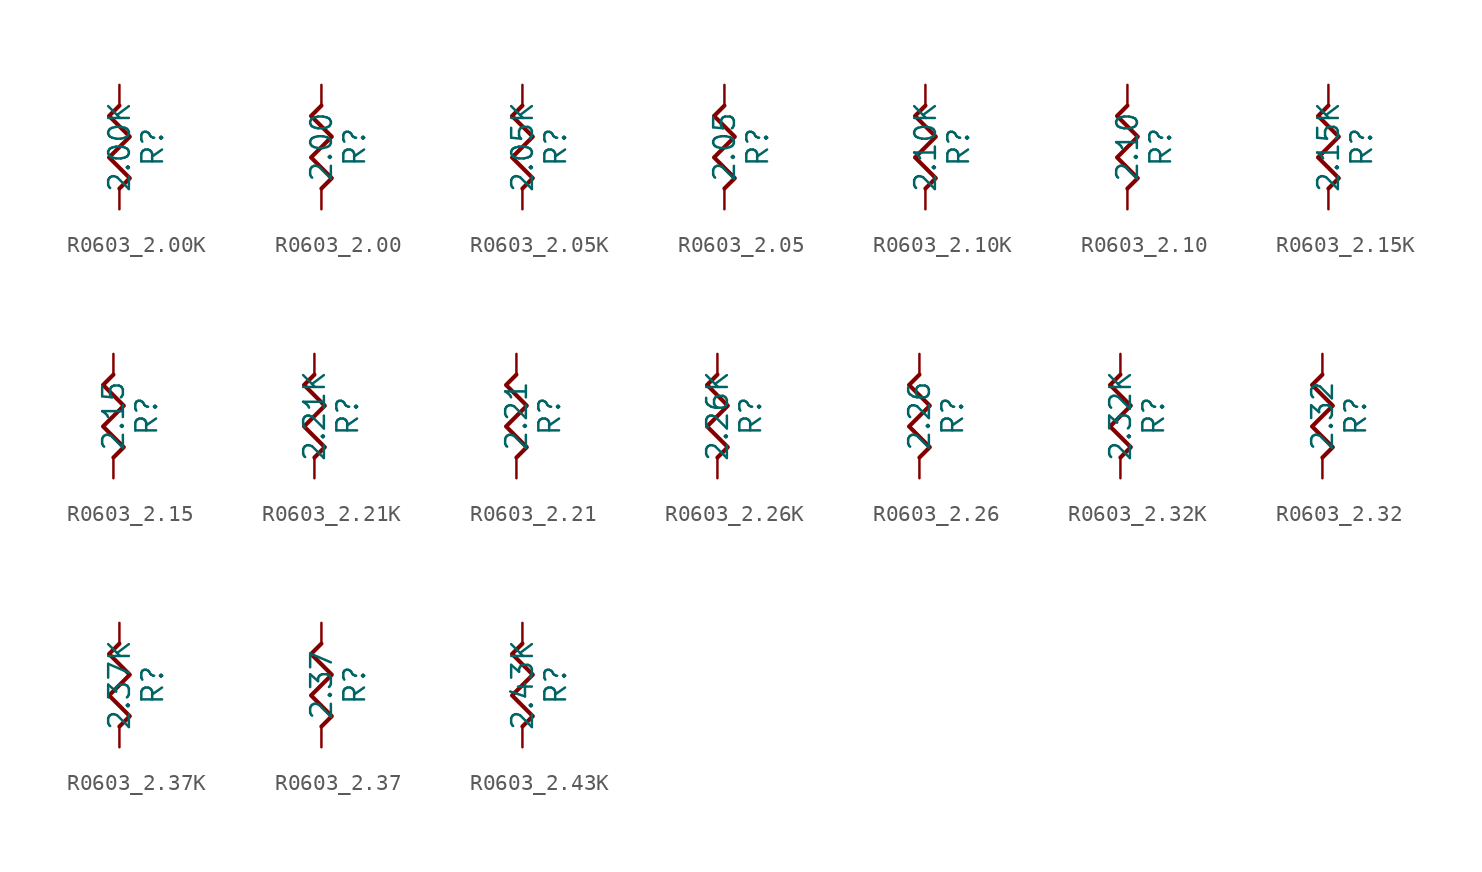
<source format=kicad_sym>
(kicad_symbol_lib
  (version 20211014)
  (generator atlantix-eda)
  (symbol "R0603_2.00K"
    (pin_numbers hide)
    (pin_names
      (offset 0))
    (property "Reference" "R"
      (at 2.032 0 90)
      (effects (font (size 1.27 1.27))))
    (property "Value" "2.00K"
      (at 0 0 90)
      (effects (font (size 1.27 1.27))))
    (symbol "R0603_2.00K_0_1"
      (polyline (pts (xy 0 -2.54) (xy 0.635 -1.905) (xy -0.635 -0.635) (xy 0.635 0.635) (xy -0.635 1.905) (xy 0 2.54)) (stroke (width 0.254) (type default) (color 0 0 0 0)) (fill (type none))))
    (symbol "R0603_2.00K_1_1"
      (pin passive line (at 0 3.81 270) (length 1.27) (name "~" (effects (font (size 1.27 1.27)))) (number "1" (effects (font (size 1.27 1.27)))))
      (pin passive line (at 0 -3.81 90) (length 1.27) (name "~" (effects (font (size 1.27 1.27)))) (number "2" (effects (font (size 1.27 1.27)))))))
  (symbol "R0603_2.00"
    (pin_numbers hide)
    (pin_names
      (offset 0))
    (property "Reference" "R"
      (at 2.032 0 90)
      (effects (font (size 1.27 1.27))))
    (property "Value" "2.00"
      (at 0 0 90)
      (effects (font (size 1.27 1.27))))
    (symbol "R0603_2.00_0_1"
      (polyline (pts (xy 0 -2.54) (xy 0.635 -1.905) (xy -0.635 -0.635) (xy 0.635 0.635) (xy -0.635 1.905) (xy 0 2.54)) (stroke (width 0.254) (type default) (color 0 0 0 0)) (fill (type none))))
    (symbol "R0603_2.00_1_1"
      (pin passive line (at 0 3.81 270) (length 1.27) (name "~" (effects (font (size 1.27 1.27)))) (number "1" (effects (font (size 1.27 1.27)))))
      (pin passive line (at 0 -3.81 90) (length 1.27) (name "~" (effects (font (size 1.27 1.27)))) (number "2" (effects (font (size 1.27 1.27)))))))
  (symbol "R0603_2.05K"
    (pin_numbers hide)
    (pin_names
      (offset 0))
    (property "Reference" "R"
      (at 2.032 0 90)
      (effects (font (size 1.27 1.27))))
    (property "Value" "2.05K"
      (at 0 0 90)
      (effects (font (size 1.27 1.27))))
    (symbol "R0603_2.05K_0_1"
      (polyline (pts (xy 0 -2.54) (xy 0.635 -1.905) (xy -0.635 -0.635) (xy 0.635 0.635) (xy -0.635 1.905) (xy 0 2.54)) (stroke (width 0.254) (type default) (color 0 0 0 0)) (fill (type none))))
    (symbol "R0603_2.05K_1_1"
      (pin passive line (at 0 3.81 270) (length 1.27) (name "~" (effects (font (size 1.27 1.27)))) (number "1" (effects (font (size 1.27 1.27)))))
      (pin passive line (at 0 -3.81 90) (length 1.27) (name "~" (effects (font (size 1.27 1.27)))) (number "2" (effects (font (size 1.27 1.27)))))))
  (symbol "R0603_2.05"
    (pin_numbers hide)
    (pin_names
      (offset 0))
    (property "Reference" "R"
      (at 2.032 0 90)
      (effects (font (size 1.27 1.27))))
    (property "Value" "2.05"
      (at 0 0 90)
      (effects (font (size 1.27 1.27))))
    (symbol "R0603_2.05_0_1"
      (polyline (pts (xy 0 -2.54) (xy 0.635 -1.905) (xy -0.635 -0.635) (xy 0.635 0.635) (xy -0.635 1.905) (xy 0 2.54)) (stroke (width 0.254) (type default) (color 0 0 0 0)) (fill (type none))))
    (symbol "R0603_2.05_1_1"
      (pin passive line (at 0 3.81 270) (length 1.27) (name "~" (effects (font (size 1.27 1.27)))) (number "1" (effects (font (size 1.27 1.27)))))
      (pin passive line (at 0 -3.81 90) (length 1.27) (name "~" (effects (font (size 1.27 1.27)))) (number "2" (effects (font (size 1.27 1.27)))))))
  (symbol "R0603_2.10K"
    (pin_numbers hide)
    (pin_names
      (offset 0))
    (property "Reference" "R"
      (at 2.032 0 90)
      (effects (font (size 1.27 1.27))))
    (property "Value" "2.10K"
      (at 0 0 90)
      (effects (font (size 1.27 1.27))))
    (symbol "R0603_2.10K_0_1"
      (polyline (pts (xy 0 -2.54) (xy 0.635 -1.905) (xy -0.635 -0.635) (xy 0.635 0.635) (xy -0.635 1.905) (xy 0 2.54)) (stroke (width 0.254) (type default) (color 0 0 0 0)) (fill (type none))))
    (symbol "R0603_2.10K_1_1"
      (pin passive line (at 0 3.81 270) (length 1.27) (name "~" (effects (font (size 1.27 1.27)))) (number "1" (effects (font (size 1.27 1.27)))))
      (pin passive line (at 0 -3.81 90) (length 1.27) (name "~" (effects (font (size 1.27 1.27)))) (number "2" (effects (font (size 1.27 1.27)))))))
  (symbol "R0603_2.10"
    (pin_numbers hide)
    (pin_names
      (offset 0))
    (property "Reference" "R"
      (at 2.032 0 90)
      (effects (font (size 1.27 1.27))))
    (property "Value" "2.10"
      (at 0 0 90)
      (effects (font (size 1.27 1.27))))
    (symbol "R0603_2.10_0_1"
      (polyline (pts (xy 0 -2.54) (xy 0.635 -1.905) (xy -0.635 -0.635) (xy 0.635 0.635) (xy -0.635 1.905) (xy 0 2.54)) (stroke (width 0.254) (type default) (color 0 0 0 0)) (fill (type none))))
    (symbol "R0603_2.10_1_1"
      (pin passive line (at 0 3.81 270) (length 1.27) (name "~" (effects (font (size 1.27 1.27)))) (number "1" (effects (font (size 1.27 1.27)))))
      (pin passive line (at 0 -3.81 90) (length 1.27) (name "~" (effects (font (size 1.27 1.27)))) (number "2" (effects (font (size 1.27 1.27)))))))
  (symbol "R0603_2.15K"
    (pin_numbers hide)
    (pin_names
      (offset 0))
    (property "Reference" "R"
      (at 2.032 0 90)
      (effects (font (size 1.27 1.27))))
    (property "Value" "2.15K"
      (at 0 0 90)
      (effects (font (size 1.27 1.27))))
    (symbol "R0603_2.15K_0_1"
      (polyline (pts (xy 0 -2.54) (xy 0.635 -1.905) (xy -0.635 -0.635) (xy 0.635 0.635) (xy -0.635 1.905) (xy 0 2.54)) (stroke (width 0.254) (type default) (color 0 0 0 0)) (fill (type none))))
    (symbol "R0603_2.15K_1_1"
      (pin passive line (at 0 3.81 270) (length 1.27) (name "~" (effects (font (size 1.27 1.27)))) (number "1" (effects (font (size 1.27 1.27)))))
      (pin passive line (at 0 -3.81 90) (length 1.27) (name "~" (effects (font (size 1.27 1.27)))) (number "2" (effects (font (size 1.27 1.27)))))))
  (symbol "R0603_2.15"
    (pin_numbers hide)
    (pin_names
      (offset 0))
    (property "Reference" "R"
      (at 2.032 0 90)
      (effects (font (size 1.27 1.27))))
    (property "Value" "2.15"
      (at 0 0 90)
      (effects (font (size 1.27 1.27))))
    (symbol "R0603_2.15_0_1"
      (polyline (pts (xy 0 -2.54) (xy 0.635 -1.905) (xy -0.635 -0.635) (xy 0.635 0.635) (xy -0.635 1.905) (xy 0 2.54)) (stroke (width 0.254) (type default) (color 0 0 0 0)) (fill (type none))))
    (symbol "R0603_2.15_1_1"
      (pin passive line (at 0 3.81 270) (length 1.27) (name "~" (effects (font (size 1.27 1.27)))) (number "1" (effects (font (size 1.27 1.27)))))
      (pin passive line (at 0 -3.81 90) (length 1.27) (name "~" (effects (font (size 1.27 1.27)))) (number "2" (effects (font (size 1.27 1.27)))))))
  (symbol "R0603_2.21K"
    (pin_numbers hide)
    (pin_names
      (offset 0))
    (property "Reference" "R"
      (at 2.032 0 90)
      (effects (font (size 1.27 1.27))))
    (property "Value" "2.21K"
      (at 0 0 90)
      (effects (font (size 1.27 1.27))))
    (symbol "R0603_2.21K_0_1"
      (polyline (pts (xy 0 -2.54) (xy 0.635 -1.905) (xy -0.635 -0.635) (xy 0.635 0.635) (xy -0.635 1.905) (xy 0 2.54)) (stroke (width 0.254) (type default) (color 0 0 0 0)) (fill (type none))))
    (symbol "R0603_2.21K_1_1"
      (pin passive line (at 0 3.81 270) (length 1.27) (name "~" (effects (font (size 1.27 1.27)))) (number "1" (effects (font (size 1.27 1.27)))))
      (pin passive line (at 0 -3.81 90) (length 1.27) (name "~" (effects (font (size 1.27 1.27)))) (number "2" (effects (font (size 1.27 1.27)))))))
  (symbol "R0603_2.21"
    (pin_numbers hide)
    (pin_names
      (offset 0))
    (property "Reference" "R"
      (at 2.032 0 90)
      (effects (font (size 1.27 1.27))))
    (property "Value" "2.21"
      (at 0 0 90)
      (effects (font (size 1.27 1.27))))
    (symbol "R0603_2.21_0_1"
      (polyline (pts (xy 0 -2.54) (xy 0.635 -1.905) (xy -0.635 -0.635) (xy 0.635 0.635) (xy -0.635 1.905) (xy 0 2.54)) (stroke (width 0.254) (type default) (color 0 0 0 0)) (fill (type none))))
    (symbol "R0603_2.21_1_1"
      (pin passive line (at 0 3.81 270) (length 1.27) (name "~" (effects (font (size 1.27 1.27)))) (number "1" (effects (font (size 1.27 1.27)))))
      (pin passive line (at 0 -3.81 90) (length 1.27) (name "~" (effects (font (size 1.27 1.27)))) (number "2" (effects (font (size 1.27 1.27)))))))
  (symbol "R0603_2.26K"
    (pin_numbers hide)
    (pin_names
      (offset 0))
    (property "Reference" "R"
      (at 2.032 0 90)
      (effects (font (size 1.27 1.27))))
    (property "Value" "2.26K"
      (at 0 0 90)
      (effects (font (size 1.27 1.27))))
    (symbol "R0603_2.26K_0_1"
      (polyline (pts (xy 0 -2.54) (xy 0.635 -1.905) (xy -0.635 -0.635) (xy 0.635 0.635) (xy -0.635 1.905) (xy 0 2.54)) (stroke (width 0.254) (type default) (color 0 0 0 0)) (fill (type none))))
    (symbol "R0603_2.26K_1_1"
      (pin passive line (at 0 3.81 270) (length 1.27) (name "~" (effects (font (size 1.27 1.27)))) (number "1" (effects (font (size 1.27 1.27)))))
      (pin passive line (at 0 -3.81 90) (length 1.27) (name "~" (effects (font (size 1.27 1.27)))) (number "2" (effects (font (size 1.27 1.27)))))))
  (symbol "R0603_2.26"
    (pin_numbers hide)
    (pin_names
      (offset 0))
    (property "Reference" "R"
      (at 2.032 0 90)
      (effects (font (size 1.27 1.27))))
    (property "Value" "2.26"
      (at 0 0 90)
      (effects (font (size 1.27 1.27))))
    (symbol "R0603_2.26_0_1"
      (polyline (pts (xy 0 -2.54) (xy 0.635 -1.905) (xy -0.635 -0.635) (xy 0.635 0.635) (xy -0.635 1.905) (xy 0 2.54)) (stroke (width 0.254) (type default) (color 0 0 0 0)) (fill (type none))))
    (symbol "R0603_2.26_1_1"
      (pin passive line (at 0 3.81 270) (length 1.27) (name "~" (effects (font (size 1.27 1.27)))) (number "1" (effects (font (size 1.27 1.27)))))
      (pin passive line (at 0 -3.81 90) (length 1.27) (name "~" (effects (font (size 1.27 1.27)))) (number "2" (effects (font (size 1.27 1.27)))))))
  (symbol "R0603_2.32K"
    (pin_numbers hide)
    (pin_names
      (offset 0))
    (property "Reference" "R"
      (at 2.032 0 90)
      (effects (font (size 1.27 1.27))))
    (property "Value" "2.32K"
      (at 0 0 90)
      (effects (font (size 1.27 1.27))))
    (symbol "R0603_2.32K_0_1"
      (polyline (pts (xy 0 -2.54) (xy 0.635 -1.905) (xy -0.635 -0.635) (xy 0.635 0.635) (xy -0.635 1.905) (xy 0 2.54)) (stroke (width 0.254) (type default) (color 0 0 0 0)) (fill (type none))))
    (symbol "R0603_2.32K_1_1"
      (pin passive line (at 0 3.81 270) (length 1.27) (name "~" (effects (font (size 1.27 1.27)))) (number "1" (effects (font (size 1.27 1.27)))))
      (pin passive line (at 0 -3.81 90) (length 1.27) (name "~" (effects (font (size 1.27 1.27)))) (number "2" (effects (font (size 1.27 1.27)))))))
  (symbol "R0603_2.32"
    (pin_numbers hide)
    (pin_names
      (offset 0))
    (property "Reference" "R"
      (at 2.032 0 90)
      (effects (font (size 1.27 1.27))))
    (property "Value" "2.32"
      (at 0 0 90)
      (effects (font (size 1.27 1.27))))
    (symbol "R0603_2.32_0_1"
      (polyline (pts (xy 0 -2.54) (xy 0.635 -1.905) (xy -0.635 -0.635) (xy 0.635 0.635) (xy -0.635 1.905) (xy 0 2.54)) (stroke (width 0.254) (type default) (color 0 0 0 0)) (fill (type none))))
    (symbol "R0603_2.32_1_1"
      (pin passive line (at 0 3.81 270) (length 1.27) (name "~" (effects (font (size 1.27 1.27)))) (number "1" (effects (font (size 1.27 1.27)))))
      (pin passive line (at 0 -3.81 90) (length 1.27) (name "~" (effects (font (size 1.27 1.27)))) (number "2" (effects (font (size 1.27 1.27)))))))
  (symbol "R0603_2.37K"
    (pin_numbers hide)
    (pin_names
      (offset 0))
    (property "Reference" "R"
      (at 2.032 0 90)
      (effects (font (size 1.27 1.27))))
    (property "Value" "2.37K"
      (at 0 0 90)
      (effects (font (size 1.27 1.27))))
    (symbol "R0603_2.37K_0_1"
      (polyline (pts (xy 0 -2.54) (xy 0.635 -1.905) (xy -0.635 -0.635) (xy 0.635 0.635) (xy -0.635 1.905) (xy 0 2.54)) (stroke (width 0.254) (type default) (color 0 0 0 0)) (fill (type none))))
    (symbol "R0603_2.37K_1_1"
      (pin passive line (at 0 3.81 270) (length 1.27) (name "~" (effects (font (size 1.27 1.27)))) (number "1" (effects (font (size 1.27 1.27)))))
      (pin passive line (at 0 -3.81 90) (length 1.27) (name "~" (effects (font (size 1.27 1.27)))) (number "2" (effects (font (size 1.27 1.27)))))))
  (symbol "R0603_2.37"
    (pin_numbers hide)
    (pin_names
      (offset 0))
    (property "Reference" "R"
      (at 2.032 0 90)
      (effects (font (size 1.27 1.27))))
    (property "Value" "2.37"
      (at 0 0 90)
      (effects (font (size 1.27 1.27))))
    (symbol "R0603_2.37_0_1"
      (polyline (pts (xy 0 -2.54) (xy 0.635 -1.905) (xy -0.635 -0.635) (xy 0.635 0.635) (xy -0.635 1.905) (xy 0 2.54)) (stroke (width 0.254) (type default) (color 0 0 0 0)) (fill (type none))))
    (symbol "R0603_2.37_1_1"
      (pin passive line (at 0 3.81 270) (length 1.27) (name "~" (effects (font (size 1.27 1.27)))) (number "1" (effects (font (size 1.27 1.27)))))
      (pin passive line (at 0 -3.81 90) (length 1.27) (name "~" (effects (font (size 1.27 1.27)))) (number "2" (effects (font (size 1.27 1.27)))))))
  (symbol "R0603_2.43K"
    (pin_numbers hide)
    (pin_names
      (offset 0))
    (property "Reference" "R"
      (at 2.032 0 90)
      (effects (font (size 1.27 1.27))))
    (property "Value" "2.43K"
      (at 0 0 90)
      (effects (font (size 1.27 1.27))))
    (symbol "R0603_2.43K_0_1"
      (polyline (pts (xy 0 -2.54) (xy 0.635 -1.905) (xy -0.635 -0.635) (xy 0.635 0.635) (xy -0.635 1.905) (xy 0 2.54)) (stroke (width 0.254) (type default) (color 0 0 0 0)) (fill (type none))))
    (symbol "R0603_2.43K_1_1"
      (pin passive line (at 0 3.81 270) (length 1.27) (name "~" (effects (font (size 1.27 1.27)))) (number "1" (effects (font (size 1.27 1.27)))))
      (pin passive line (at 0 -3.81 90) (length 1.27) (name "~" (effects (font (size 1.27 1.27)))) (number "2" (effects (font (size 1.27 1.27))))))))
</source>
